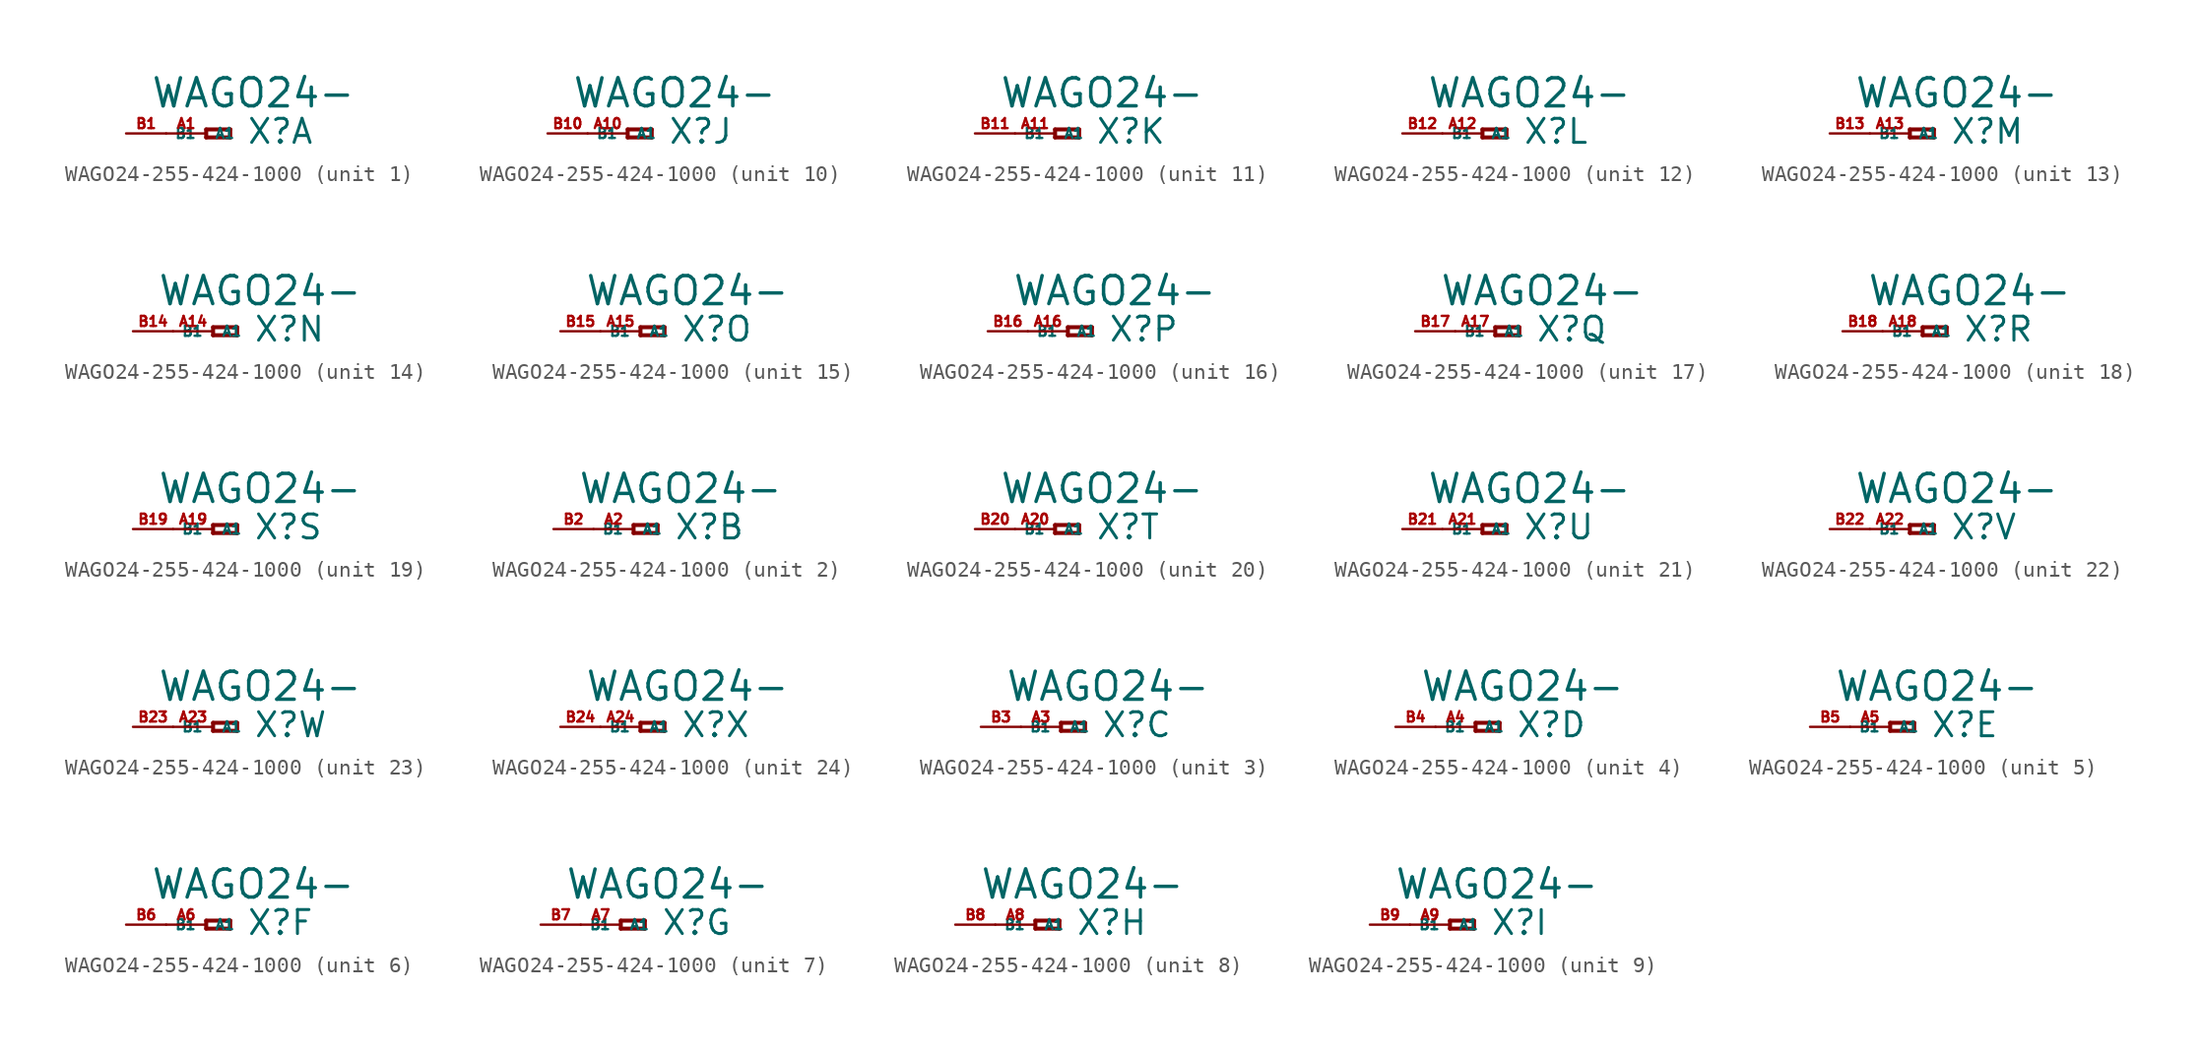
<source format=kicad_sym>
(kicad_symbol_lib
  (version 20220914)
  (generator Eagle2Kicad)
  (symbol "WAGO24-255-424-1000"
    (property "Reference" "X"
      (at 2.54 -0.762 0)
      (effects (font (size 1.524 1.524) (thickness 0.19)) (justify left bottom)))
    (property "Value" "WAGO24-"
      (at -3.556 1.524 0)
      (effects (font (size 1.778 1.778) (thickness 0.22)) (justify left bottom)))
    (symbol "WAGO24-255-424-1000_1_0"
      (polyline (pts (xy 0 0.254) (xy 0 -0.254)) (stroke (width 0.254) (type default)) (fill (type none)))
      (polyline (pts (xy 0 -0.254) (xy 1.524 -0.254)) (stroke (width 0.254) (type default)) (fill (type none)))
      (polyline (pts (xy 1.524 -0.254) (xy 1.524 0.254)) (stroke (width 0.254) (type default)) (fill (type none)))
      (polyline (pts (xy 1.524 0.254) (xy 0 0.254)) (stroke (width 0.254) (type default)) (fill (type none)))
      (pin passive line (at -2.54 0 0) (length 2.54) (name "A1" (effects (font (size 0.635 0.635) (thickness 0.08)) (justify left bottom))) (number "A1" (effects (font (size 0.635 0.635) (thickness 0.08)) (justify left bottom))))
      (pin passive line (at -5.08 0 0) (length 2.54) (name "B1" (effects (font (size 0.635 0.635) (thickness 0.08)) (justify left bottom))) (number "B1" (effects (font (size 0.635 0.635) (thickness 0.08)) (justify left bottom)))))
    (symbol "WAGO24-255-424-1000_2_0"
      (polyline (pts (xy 0 0.254) (xy 0 -0.254)) (stroke (width 0.254) (type default)) (fill (type none)))
      (polyline (pts (xy 0 -0.254) (xy 1.524 -0.254)) (stroke (width 0.254) (type default)) (fill (type none)))
      (polyline (pts (xy 1.524 -0.254) (xy 1.524 0.254)) (stroke (width 0.254) (type default)) (fill (type none)))
      (polyline (pts (xy 1.524 0.254) (xy 0 0.254)) (stroke (width 0.254) (type default)) (fill (type none)))
      (pin passive line (at -2.54 0 0) (length 2.54) (name "A1" (effects (font (size 0.635 0.635) (thickness 0.08)) (justify left bottom))) (number "A2" (effects (font (size 0.635 0.635) (thickness 0.08)) (justify left bottom))))
      (pin passive line (at -5.08 0 0) (length 2.54) (name "B1" (effects (font (size 0.635 0.635) (thickness 0.08)) (justify left bottom))) (number "B2" (effects (font (size 0.635 0.635) (thickness 0.08)) (justify left bottom)))))
    (symbol "WAGO24-255-424-1000_3_0"
      (polyline (pts (xy 0 0.254) (xy 0 -0.254)) (stroke (width 0.254) (type default)) (fill (type none)))
      (polyline (pts (xy 0 -0.254) (xy 1.524 -0.254)) (stroke (width 0.254) (type default)) (fill (type none)))
      (polyline (pts (xy 1.524 -0.254) (xy 1.524 0.254)) (stroke (width 0.254) (type default)) (fill (type none)))
      (polyline (pts (xy 1.524 0.254) (xy 0 0.254)) (stroke (width 0.254) (type default)) (fill (type none)))
      (pin passive line (at -2.54 0 0) (length 2.54) (name "A1" (effects (font (size 0.635 0.635) (thickness 0.08)) (justify left bottom))) (number "A3" (effects (font (size 0.635 0.635) (thickness 0.08)) (justify left bottom))))
      (pin passive line (at -5.08 0 0) (length 2.54) (name "B1" (effects (font (size 0.635 0.635) (thickness 0.08)) (justify left bottom))) (number "B3" (effects (font (size 0.635 0.635) (thickness 0.08)) (justify left bottom)))))
    (symbol "WAGO24-255-424-1000_4_0"
      (polyline (pts (xy 0 0.254) (xy 0 -0.254)) (stroke (width 0.254) (type default)) (fill (type none)))
      (polyline (pts (xy 0 -0.254) (xy 1.524 -0.254)) (stroke (width 0.254) (type default)) (fill (type none)))
      (polyline (pts (xy 1.524 -0.254) (xy 1.524 0.254)) (stroke (width 0.254) (type default)) (fill (type none)))
      (polyline (pts (xy 1.524 0.254) (xy 0 0.254)) (stroke (width 0.254) (type default)) (fill (type none)))
      (pin passive line (at -2.54 0 0) (length 2.54) (name "A1" (effects (font (size 0.635 0.635) (thickness 0.08)) (justify left bottom))) (number "A4" (effects (font (size 0.635 0.635) (thickness 0.08)) (justify left bottom))))
      (pin passive line (at -5.08 0 0) (length 2.54) (name "B1" (effects (font (size 0.635 0.635) (thickness 0.08)) (justify left bottom))) (number "B4" (effects (font (size 0.635 0.635) (thickness 0.08)) (justify left bottom)))))
    (symbol "WAGO24-255-424-1000_5_0"
      (polyline (pts (xy 0 0.254) (xy 0 -0.254)) (stroke (width 0.254) (type default)) (fill (type none)))
      (polyline (pts (xy 0 -0.254) (xy 1.524 -0.254)) (stroke (width 0.254) (type default)) (fill (type none)))
      (polyline (pts (xy 1.524 -0.254) (xy 1.524 0.254)) (stroke (width 0.254) (type default)) (fill (type none)))
      (polyline (pts (xy 1.524 0.254) (xy 0 0.254)) (stroke (width 0.254) (type default)) (fill (type none)))
      (pin passive line (at -2.54 0 0) (length 2.54) (name "A1" (effects (font (size 0.635 0.635) (thickness 0.08)) (justify left bottom))) (number "A5" (effects (font (size 0.635 0.635) (thickness 0.08)) (justify left bottom))))
      (pin passive line (at -5.08 0 0) (length 2.54) (name "B1" (effects (font (size 0.635 0.635) (thickness 0.08)) (justify left bottom))) (number "B5" (effects (font (size 0.635 0.635) (thickness 0.08)) (justify left bottom)))))
    (symbol "WAGO24-255-424-1000_6_0"
      (polyline (pts (xy 0 0.254) (xy 0 -0.254)) (stroke (width 0.254) (type default)) (fill (type none)))
      (polyline (pts (xy 0 -0.254) (xy 1.524 -0.254)) (stroke (width 0.254) (type default)) (fill (type none)))
      (polyline (pts (xy 1.524 -0.254) (xy 1.524 0.254)) (stroke (width 0.254) (type default)) (fill (type none)))
      (polyline (pts (xy 1.524 0.254) (xy 0 0.254)) (stroke (width 0.254) (type default)) (fill (type none)))
      (pin passive line (at -2.54 0 0) (length 2.54) (name "A1" (effects (font (size 0.635 0.635) (thickness 0.08)) (justify left bottom))) (number "A6" (effects (font (size 0.635 0.635) (thickness 0.08)) (justify left bottom))))
      (pin passive line (at -5.08 0 0) (length 2.54) (name "B1" (effects (font (size 0.635 0.635) (thickness 0.08)) (justify left bottom))) (number "B6" (effects (font (size 0.635 0.635) (thickness 0.08)) (justify left bottom)))))
    (symbol "WAGO24-255-424-1000_7_0"
      (polyline (pts (xy 0 0.254) (xy 0 -0.254)) (stroke (width 0.254) (type default)) (fill (type none)))
      (polyline (pts (xy 0 -0.254) (xy 1.524 -0.254)) (stroke (width 0.254) (type default)) (fill (type none)))
      (polyline (pts (xy 1.524 -0.254) (xy 1.524 0.254)) (stroke (width 0.254) (type default)) (fill (type none)))
      (polyline (pts (xy 1.524 0.254) (xy 0 0.254)) (stroke (width 0.254) (type default)) (fill (type none)))
      (pin passive line (at -2.54 0 0) (length 2.54) (name "A1" (effects (font (size 0.635 0.635) (thickness 0.08)) (justify left bottom))) (number "A7" (effects (font (size 0.635 0.635) (thickness 0.08)) (justify left bottom))))
      (pin passive line (at -5.08 0 0) (length 2.54) (name "B1" (effects (font (size 0.635 0.635) (thickness 0.08)) (justify left bottom))) (number "B7" (effects (font (size 0.635 0.635) (thickness 0.08)) (justify left bottom)))))
    (symbol "WAGO24-255-424-1000_8_0"
      (polyline (pts (xy 0 0.254) (xy 0 -0.254)) (stroke (width 0.254) (type default)) (fill (type none)))
      (polyline (pts (xy 0 -0.254) (xy 1.524 -0.254)) (stroke (width 0.254) (type default)) (fill (type none)))
      (polyline (pts (xy 1.524 -0.254) (xy 1.524 0.254)) (stroke (width 0.254) (type default)) (fill (type none)))
      (polyline (pts (xy 1.524 0.254) (xy 0 0.254)) (stroke (width 0.254) (type default)) (fill (type none)))
      (pin passive line (at -2.54 0 0) (length 2.54) (name "A1" (effects (font (size 0.635 0.635) (thickness 0.08)) (justify left bottom))) (number "A8" (effects (font (size 0.635 0.635) (thickness 0.08)) (justify left bottom))))
      (pin passive line (at -5.08 0 0) (length 2.54) (name "B1" (effects (font (size 0.635 0.635) (thickness 0.08)) (justify left bottom))) (number "B8" (effects (font (size 0.635 0.635) (thickness 0.08)) (justify left bottom)))))
    (symbol "WAGO24-255-424-1000_9_0"
      (polyline (pts (xy 0 0.254) (xy 0 -0.254)) (stroke (width 0.254) (type default)) (fill (type none)))
      (polyline (pts (xy 0 -0.254) (xy 1.524 -0.254)) (stroke (width 0.254) (type default)) (fill (type none)))
      (polyline (pts (xy 1.524 -0.254) (xy 1.524 0.254)) (stroke (width 0.254) (type default)) (fill (type none)))
      (polyline (pts (xy 1.524 0.254) (xy 0 0.254)) (stroke (width 0.254) (type default)) (fill (type none)))
      (pin passive line (at -2.54 0 0) (length 2.54) (name "A1" (effects (font (size 0.635 0.635) (thickness 0.08)) (justify left bottom))) (number "A9" (effects (font (size 0.635 0.635) (thickness 0.08)) (justify left bottom))))
      (pin passive line (at -5.08 0 0) (length 2.54) (name "B1" (effects (font (size 0.635 0.635) (thickness 0.08)) (justify left bottom))) (number "B9" (effects (font (size 0.635 0.635) (thickness 0.08)) (justify left bottom)))))
    (symbol "WAGO24-255-424-1000_10_0"
      (polyline (pts (xy 0 0.254) (xy 0 -0.254)) (stroke (width 0.254) (type default)) (fill (type none)))
      (polyline (pts (xy 0 -0.254) (xy 1.524 -0.254)) (stroke (width 0.254) (type default)) (fill (type none)))
      (polyline (pts (xy 1.524 -0.254) (xy 1.524 0.254)) (stroke (width 0.254) (type default)) (fill (type none)))
      (polyline (pts (xy 1.524 0.254) (xy 0 0.254)) (stroke (width 0.254) (type default)) (fill (type none)))
      (pin passive line (at -2.54 0 0) (length 2.54) (name "A1" (effects (font (size 0.635 0.635) (thickness 0.08)) (justify left bottom))) (number "A10" (effects (font (size 0.635 0.635) (thickness 0.08)) (justify left bottom))))
      (pin passive line (at -5.08 0 0) (length 2.54) (name "B1" (effects (font (size 0.635 0.635) (thickness 0.08)) (justify left bottom))) (number "B10" (effects (font (size 0.635 0.635) (thickness 0.08)) (justify left bottom)))))
    (symbol "WAGO24-255-424-1000_11_0"
      (polyline (pts (xy 0 0.254) (xy 0 -0.254)) (stroke (width 0.254) (type default)) (fill (type none)))
      (polyline (pts (xy 0 -0.254) (xy 1.524 -0.254)) (stroke (width 0.254) (type default)) (fill (type none)))
      (polyline (pts (xy 1.524 -0.254) (xy 1.524 0.254)) (stroke (width 0.254) (type default)) (fill (type none)))
      (polyline (pts (xy 1.524 0.254) (xy 0 0.254)) (stroke (width 0.254) (type default)) (fill (type none)))
      (pin passive line (at -2.54 0 0) (length 2.54) (name "A1" (effects (font (size 0.635 0.635) (thickness 0.08)) (justify left bottom))) (number "A11" (effects (font (size 0.635 0.635) (thickness 0.08)) (justify left bottom))))
      (pin passive line (at -5.08 0 0) (length 2.54) (name "B1" (effects (font (size 0.635 0.635) (thickness 0.08)) (justify left bottom))) (number "B11" (effects (font (size 0.635 0.635) (thickness 0.08)) (justify left bottom)))))
    (symbol "WAGO24-255-424-1000_12_0"
      (polyline (pts (xy 0 0.254) (xy 0 -0.254)) (stroke (width 0.254) (type default)) (fill (type none)))
      (polyline (pts (xy 0 -0.254) (xy 1.524 -0.254)) (stroke (width 0.254) (type default)) (fill (type none)))
      (polyline (pts (xy 1.524 -0.254) (xy 1.524 0.254)) (stroke (width 0.254) (type default)) (fill (type none)))
      (polyline (pts (xy 1.524 0.254) (xy 0 0.254)) (stroke (width 0.254) (type default)) (fill (type none)))
      (pin passive line (at -2.54 0 0) (length 2.54) (name "A1" (effects (font (size 0.635 0.635) (thickness 0.08)) (justify left bottom))) (number "A12" (effects (font (size 0.635 0.635) (thickness 0.08)) (justify left bottom))))
      (pin passive line (at -5.08 0 0) (length 2.54) (name "B1" (effects (font (size 0.635 0.635) (thickness 0.08)) (justify left bottom))) (number "B12" (effects (font (size 0.635 0.635) (thickness 0.08)) (justify left bottom)))))
    (symbol "WAGO24-255-424-1000_13_0"
      (polyline (pts (xy 0 0.254) (xy 0 -0.254)) (stroke (width 0.254) (type default)) (fill (type none)))
      (polyline (pts (xy 0 -0.254) (xy 1.524 -0.254)) (stroke (width 0.254) (type default)) (fill (type none)))
      (polyline (pts (xy 1.524 -0.254) (xy 1.524 0.254)) (stroke (width 0.254) (type default)) (fill (type none)))
      (polyline (pts (xy 1.524 0.254) (xy 0 0.254)) (stroke (width 0.254) (type default)) (fill (type none)))
      (pin passive line (at -2.54 0 0) (length 2.54) (name "A1" (effects (font (size 0.635 0.635) (thickness 0.08)) (justify left bottom))) (number "A13" (effects (font (size 0.635 0.635) (thickness 0.08)) (justify left bottom))))
      (pin passive line (at -5.08 0 0) (length 2.54) (name "B1" (effects (font (size 0.635 0.635) (thickness 0.08)) (justify left bottom))) (number "B13" (effects (font (size 0.635 0.635) (thickness 0.08)) (justify left bottom)))))
    (symbol "WAGO24-255-424-1000_14_0"
      (polyline (pts (xy 0 0.254) (xy 0 -0.254)) (stroke (width 0.254) (type default)) (fill (type none)))
      (polyline (pts (xy 0 -0.254) (xy 1.524 -0.254)) (stroke (width 0.254) (type default)) (fill (type none)))
      (polyline (pts (xy 1.524 -0.254) (xy 1.524 0.254)) (stroke (width 0.254) (type default)) (fill (type none)))
      (polyline (pts (xy 1.524 0.254) (xy 0 0.254)) (stroke (width 0.254) (type default)) (fill (type none)))
      (pin passive line (at -2.54 0 0) (length 2.54) (name "A1" (effects (font (size 0.635 0.635) (thickness 0.08)) (justify left bottom))) (number "A14" (effects (font (size 0.635 0.635) (thickness 0.08)) (justify left bottom))))
      (pin passive line (at -5.08 0 0) (length 2.54) (name "B1" (effects (font (size 0.635 0.635) (thickness 0.08)) (justify left bottom))) (number "B14" (effects (font (size 0.635 0.635) (thickness 0.08)) (justify left bottom)))))
    (symbol "WAGO24-255-424-1000_15_0"
      (polyline (pts (xy 0 0.254) (xy 0 -0.254)) (stroke (width 0.254) (type default)) (fill (type none)))
      (polyline (pts (xy 0 -0.254) (xy 1.524 -0.254)) (stroke (width 0.254) (type default)) (fill (type none)))
      (polyline (pts (xy 1.524 -0.254) (xy 1.524 0.254)) (stroke (width 0.254) (type default)) (fill (type none)))
      (polyline (pts (xy 1.524 0.254) (xy 0 0.254)) (stroke (width 0.254) (type default)) (fill (type none)))
      (pin passive line (at -2.54 0 0) (length 2.54) (name "A1" (effects (font (size 0.635 0.635) (thickness 0.08)) (justify left bottom))) (number "A15" (effects (font (size 0.635 0.635) (thickness 0.08)) (justify left bottom))))
      (pin passive line (at -5.08 0 0) (length 2.54) (name "B1" (effects (font (size 0.635 0.635) (thickness 0.08)) (justify left bottom))) (number "B15" (effects (font (size 0.635 0.635) (thickness 0.08)) (justify left bottom)))))
    (symbol "WAGO24-255-424-1000_16_0"
      (polyline (pts (xy 0 0.254) (xy 0 -0.254)) (stroke (width 0.254) (type default)) (fill (type none)))
      (polyline (pts (xy 0 -0.254) (xy 1.524 -0.254)) (stroke (width 0.254) (type default)) (fill (type none)))
      (polyline (pts (xy 1.524 -0.254) (xy 1.524 0.254)) (stroke (width 0.254) (type default)) (fill (type none)))
      (polyline (pts (xy 1.524 0.254) (xy 0 0.254)) (stroke (width 0.254) (type default)) (fill (type none)))
      (pin passive line (at -2.54 0 0) (length 2.54) (name "A1" (effects (font (size 0.635 0.635) (thickness 0.08)) (justify left bottom))) (number "A16" (effects (font (size 0.635 0.635) (thickness 0.08)) (justify left bottom))))
      (pin passive line (at -5.08 0 0) (length 2.54) (name "B1" (effects (font (size 0.635 0.635) (thickness 0.08)) (justify left bottom))) (number "B16" (effects (font (size 0.635 0.635) (thickness 0.08)) (justify left bottom)))))
    (symbol "WAGO24-255-424-1000_17_0"
      (polyline (pts (xy 0 0.254) (xy 0 -0.254)) (stroke (width 0.254) (type default)) (fill (type none)))
      (polyline (pts (xy 0 -0.254) (xy 1.524 -0.254)) (stroke (width 0.254) (type default)) (fill (type none)))
      (polyline (pts (xy 1.524 -0.254) (xy 1.524 0.254)) (stroke (width 0.254) (type default)) (fill (type none)))
      (polyline (pts (xy 1.524 0.254) (xy 0 0.254)) (stroke (width 0.254) (type default)) (fill (type none)))
      (pin passive line (at -2.54 0 0) (length 2.54) (name "A1" (effects (font (size 0.635 0.635) (thickness 0.08)) (justify left bottom))) (number "A17" (effects (font (size 0.635 0.635) (thickness 0.08)) (justify left bottom))))
      (pin passive line (at -5.08 0 0) (length 2.54) (name "B1" (effects (font (size 0.635 0.635) (thickness 0.08)) (justify left bottom))) (number "B17" (effects (font (size 0.635 0.635) (thickness 0.08)) (justify left bottom)))))
    (symbol "WAGO24-255-424-1000_18_0"
      (polyline (pts (xy 0 0.254) (xy 0 -0.254)) (stroke (width 0.254) (type default)) (fill (type none)))
      (polyline (pts (xy 0 -0.254) (xy 1.524 -0.254)) (stroke (width 0.254) (type default)) (fill (type none)))
      (polyline (pts (xy 1.524 -0.254) (xy 1.524 0.254)) (stroke (width 0.254) (type default)) (fill (type none)))
      (polyline (pts (xy 1.524 0.254) (xy 0 0.254)) (stroke (width 0.254) (type default)) (fill (type none)))
      (pin passive line (at -2.54 0 0) (length 2.54) (name "A1" (effects (font (size 0.635 0.635) (thickness 0.08)) (justify left bottom))) (number "A18" (effects (font (size 0.635 0.635) (thickness 0.08)) (justify left bottom))))
      (pin passive line (at -5.08 0 0) (length 2.54) (name "B1" (effects (font (size 0.635 0.635) (thickness 0.08)) (justify left bottom))) (number "B18" (effects (font (size 0.635 0.635) (thickness 0.08)) (justify left bottom)))))
    (symbol "WAGO24-255-424-1000_19_0"
      (polyline (pts (xy 0 0.254) (xy 0 -0.254)) (stroke (width 0.254) (type default)) (fill (type none)))
      (polyline (pts (xy 0 -0.254) (xy 1.524 -0.254)) (stroke (width 0.254) (type default)) (fill (type none)))
      (polyline (pts (xy 1.524 -0.254) (xy 1.524 0.254)) (stroke (width 0.254) (type default)) (fill (type none)))
      (polyline (pts (xy 1.524 0.254) (xy 0 0.254)) (stroke (width 0.254) (type default)) (fill (type none)))
      (pin passive line (at -2.54 0 0) (length 2.54) (name "A1" (effects (font (size 0.635 0.635) (thickness 0.08)) (justify left bottom))) (number "A19" (effects (font (size 0.635 0.635) (thickness 0.08)) (justify left bottom))))
      (pin passive line (at -5.08 0 0) (length 2.54) (name "B1" (effects (font (size 0.635 0.635) (thickness 0.08)) (justify left bottom))) (number "B19" (effects (font (size 0.635 0.635) (thickness 0.08)) (justify left bottom)))))
    (symbol "WAGO24-255-424-1000_20_0"
      (polyline (pts (xy 0 0.254) (xy 0 -0.254)) (stroke (width 0.254) (type default)) (fill (type none)))
      (polyline (pts (xy 0 -0.254) (xy 1.524 -0.254)) (stroke (width 0.254) (type default)) (fill (type none)))
      (polyline (pts (xy 1.524 -0.254) (xy 1.524 0.254)) (stroke (width 0.254) (type default)) (fill (type none)))
      (polyline (pts (xy 1.524 0.254) (xy 0 0.254)) (stroke (width 0.254) (type default)) (fill (type none)))
      (pin passive line (at -2.54 0 0) (length 2.54) (name "A1" (effects (font (size 0.635 0.635) (thickness 0.08)) (justify left bottom))) (number "A20" (effects (font (size 0.635 0.635) (thickness 0.08)) (justify left bottom))))
      (pin passive line (at -5.08 0 0) (length 2.54) (name "B1" (effects (font (size 0.635 0.635) (thickness 0.08)) (justify left bottom))) (number "B20" (effects (font (size 0.635 0.635) (thickness 0.08)) (justify left bottom)))))
    (symbol "WAGO24-255-424-1000_21_0"
      (polyline (pts (xy 0 0.254) (xy 0 -0.254)) (stroke (width 0.254) (type default)) (fill (type none)))
      (polyline (pts (xy 0 -0.254) (xy 1.524 -0.254)) (stroke (width 0.254) (type default)) (fill (type none)))
      (polyline (pts (xy 1.524 -0.254) (xy 1.524 0.254)) (stroke (width 0.254) (type default)) (fill (type none)))
      (polyline (pts (xy 1.524 0.254) (xy 0 0.254)) (stroke (width 0.254) (type default)) (fill (type none)))
      (pin passive line (at -2.54 0 0) (length 2.54) (name "A1" (effects (font (size 0.635 0.635) (thickness 0.08)) (justify left bottom))) (number "A21" (effects (font (size 0.635 0.635) (thickness 0.08)) (justify left bottom))))
      (pin passive line (at -5.08 0 0) (length 2.54) (name "B1" (effects (font (size 0.635 0.635) (thickness 0.08)) (justify left bottom))) (number "B21" (effects (font (size 0.635 0.635) (thickness 0.08)) (justify left bottom)))))
    (symbol "WAGO24-255-424-1000_22_0"
      (polyline (pts (xy 0 0.254) (xy 0 -0.254)) (stroke (width 0.254) (type default)) (fill (type none)))
      (polyline (pts (xy 0 -0.254) (xy 1.524 -0.254)) (stroke (width 0.254) (type default)) (fill (type none)))
      (polyline (pts (xy 1.524 -0.254) (xy 1.524 0.254)) (stroke (width 0.254) (type default)) (fill (type none)))
      (polyline (pts (xy 1.524 0.254) (xy 0 0.254)) (stroke (width 0.254) (type default)) (fill (type none)))
      (pin passive line (at -2.54 0 0) (length 2.54) (name "A1" (effects (font (size 0.635 0.635) (thickness 0.08)) (justify left bottom))) (number "A22" (effects (font (size 0.635 0.635) (thickness 0.08)) (justify left bottom))))
      (pin passive line (at -5.08 0 0) (length 2.54) (name "B1" (effects (font (size 0.635 0.635) (thickness 0.08)) (justify left bottom))) (number "B22" (effects (font (size 0.635 0.635) (thickness 0.08)) (justify left bottom)))))
    (symbol "WAGO24-255-424-1000_23_0"
      (polyline (pts (xy 0 0.254) (xy 0 -0.254)) (stroke (width 0.254) (type default)) (fill (type none)))
      (polyline (pts (xy 0 -0.254) (xy 1.524 -0.254)) (stroke (width 0.254) (type default)) (fill (type none)))
      (polyline (pts (xy 1.524 -0.254) (xy 1.524 0.254)) (stroke (width 0.254) (type default)) (fill (type none)))
      (polyline (pts (xy 1.524 0.254) (xy 0 0.254)) (stroke (width 0.254) (type default)) (fill (type none)))
      (pin passive line (at -2.54 0 0) (length 2.54) (name "A1" (effects (font (size 0.635 0.635) (thickness 0.08)) (justify left bottom))) (number "A23" (effects (font (size 0.635 0.635) (thickness 0.08)) (justify left bottom))))
      (pin passive line (at -5.08 0 0) (length 2.54) (name "B1" (effects (font (size 0.635 0.635) (thickness 0.08)) (justify left bottom))) (number "B23" (effects (font (size 0.635 0.635) (thickness 0.08)) (justify left bottom)))))
    (symbol "WAGO24-255-424-1000_24_0"
      (polyline (pts (xy 0 0.254) (xy 0 -0.254)) (stroke (width 0.254) (type default)) (fill (type none)))
      (polyline (pts (xy 0 -0.254) (xy 1.524 -0.254)) (stroke (width 0.254) (type default)) (fill (type none)))
      (polyline (pts (xy 1.524 -0.254) (xy 1.524 0.254)) (stroke (width 0.254) (type default)) (fill (type none)))
      (polyline (pts (xy 1.524 0.254) (xy 0 0.254)) (stroke (width 0.254) (type default)) (fill (type none)))
      (pin passive line (at -2.54 0 0) (length 2.54) (name "A1" (effects (font (size 0.635 0.635) (thickness 0.08)) (justify left bottom))) (number "A24" (effects (font (size 0.635 0.635) (thickness 0.08)) (justify left bottom))))
      (pin passive line (at -5.08 0 0) (length 2.54) (name "B1" (effects (font (size 0.635 0.635) (thickness 0.08)) (justify left bottom))) (number "B24" (effects (font (size 0.635 0.635) (thickness 0.08)) (justify left bottom)))))))
</source>
